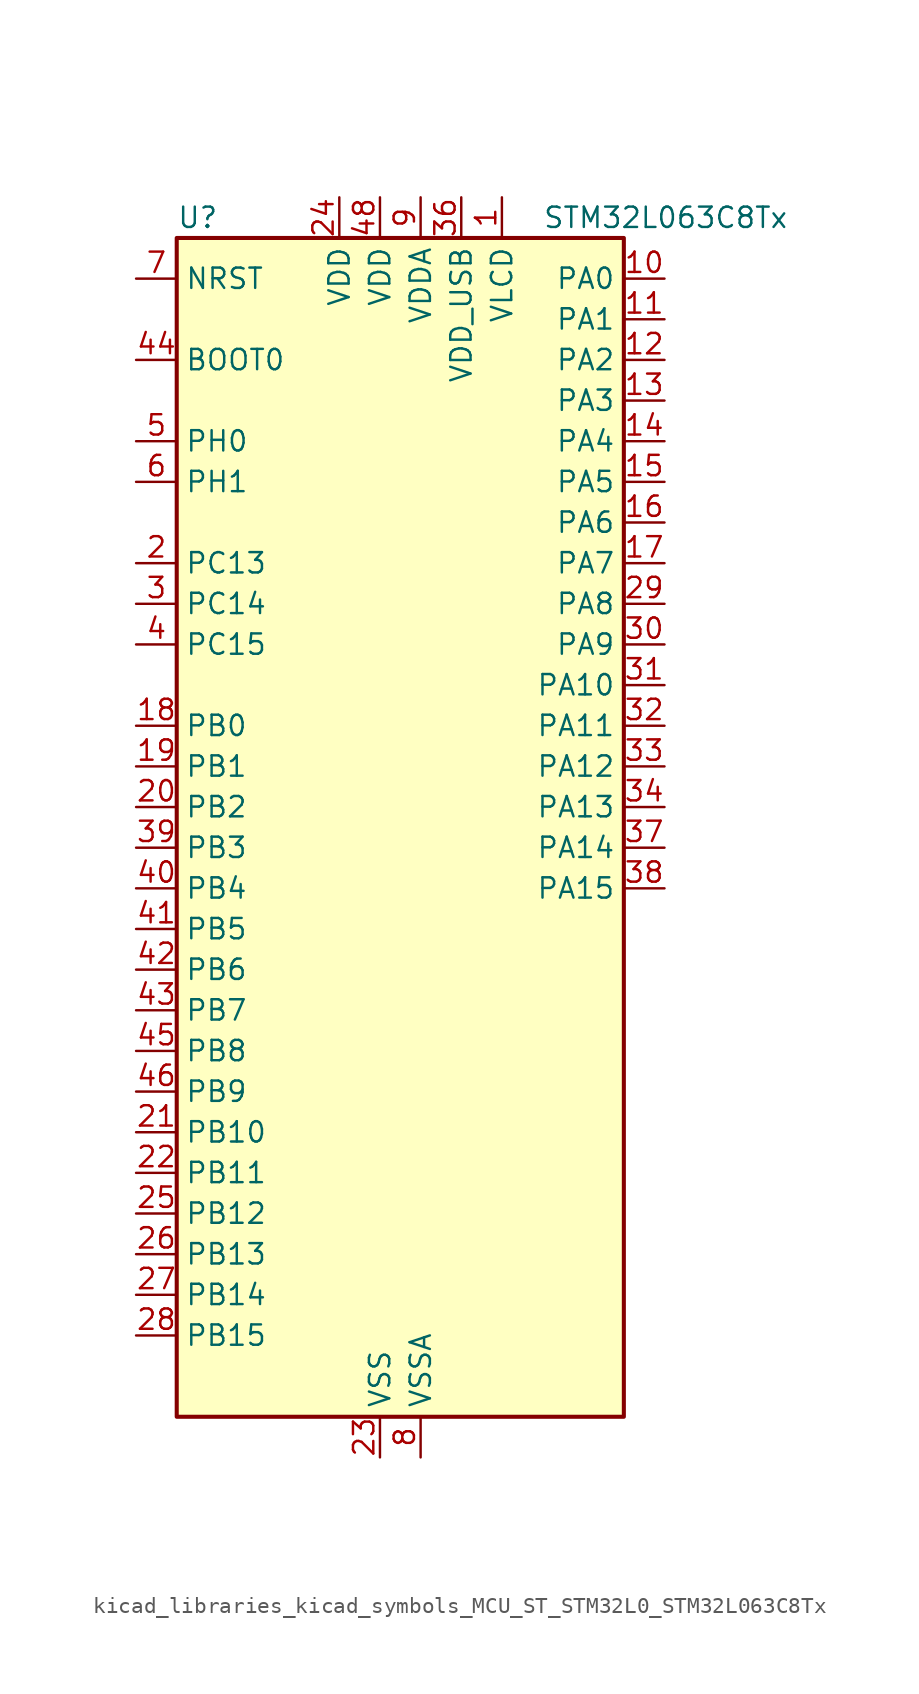
<source format=kicad_sym>
(kicad_symbol_lib
  (version 20220914)
  (generator kicad_symbol_editor)
  (symbol "kicad_libraries_kicad_symbols_MCU_ST_STM32L0_STM32L063C8Tx"
    (property "Reference" "U"
      (at -12.7 39.37 0)
      (effects (font (size 1.27 1.27)) (justify left)))
    (property "Value" "STM32L063C8Tx"
      (at 10.16 39.37 0)
      (effects (font (size 1.27 1.27)) (justify left)))
    (property "ki_locked" ""
      (at 0 0 0)
      (effects (font (size 1.27 1.27))))
    (symbol "kicad_libraries_kicad_symbols_MCU_ST_STM32L0_STM32L063C8Tx_0_1"
      (rectangle (start -12.7 -35.56) (end 15.24 38.1) (stroke (width 0.254) (type default)) (fill (type background))))
    (symbol "kicad_libraries_kicad_symbols_MCU_ST_STM32L0_STM32L063C8Tx_1_1"
      (pin power_in line (at 7.62 40.64 270) (length 2.54) (name "VLCD" (effects (font (size 1.27 1.27)))) (number "1" (effects (font (size 1.27 1.27)))))
      (pin bidirectional line (at 17.78 35.56 180) (length 2.54) (name "PA0" (effects (font (size 1.27 1.27)))) (number "10" (effects (font (size 1.27 1.27)))) (alternate "ADC_IN0" bidirectional line) (alternate "COMP1_INM" bidirectional line) (alternate "COMP1_OUT" bidirectional line) (alternate "RTC_TAMP2" bidirectional line) (alternate "SYS_WKUP1" bidirectional line) (alternate "TIM2_CH1" bidirectional line) (alternate "TIM2_ETR" bidirectional line) (alternate "TSC_G1_IO1" bidirectional line) (alternate "USART2_CTS" bidirectional line))
      (pin bidirectional line (at 17.78 33.02 180) (length 2.54) (name "PA1" (effects (font (size 1.27 1.27)))) (number "11" (effects (font (size 1.27 1.27)))) (alternate "ADC_IN1" bidirectional line) (alternate "COMP1_INP" bidirectional line) (alternate "LCD_SEG0" bidirectional line) (alternate "TIM21_ETR" bidirectional line) (alternate "TIM2_CH2" bidirectional line) (alternate "TSC_G1_IO2" bidirectional line) (alternate "USART2_DE" bidirectional line) (alternate "USART2_RTS" bidirectional line))
      (pin bidirectional line (at 17.78 30.48 180) (length 2.54) (name "PA2" (effects (font (size 1.27 1.27)))) (number "12" (effects (font (size 1.27 1.27)))) (alternate "ADC_IN2" bidirectional line) (alternate "COMP2_INM" bidirectional line) (alternate "COMP2_OUT" bidirectional line) (alternate "LCD_SEG1" bidirectional line) (alternate "TIM21_CH1" bidirectional line) (alternate "TIM2_CH3" bidirectional line) (alternate "TSC_G1_IO3" bidirectional line) (alternate "USART2_TX" bidirectional line))
      (pin bidirectional line (at 17.78 27.94 180) (length 2.54) (name "PA3" (effects (font (size 1.27 1.27)))) (number "13" (effects (font (size 1.27 1.27)))) (alternate "ADC_IN3" bidirectional line) (alternate "COMP2_INP" bidirectional line) (alternate "LCD_SEG2" bidirectional line) (alternate "TIM21_CH2" bidirectional line) (alternate "TIM2_CH4" bidirectional line) (alternate "TSC_G1_IO4" bidirectional line) (alternate "USART2_RX" bidirectional line))
      (pin bidirectional line (at 17.78 25.4 180) (length 2.54) (name "PA4" (effects (font (size 1.27 1.27)))) (number "14" (effects (font (size 1.27 1.27)))) (alternate "ADC_IN4" bidirectional line) (alternate "COMP1_INM" bidirectional line) (alternate "COMP2_INM" bidirectional line) (alternate "DAC_OUT1" bidirectional line) (alternate "SPI1_NSS" bidirectional line) (alternate "TIM22_ETR" bidirectional line) (alternate "TSC_G2_IO1" bidirectional line) (alternate "USART2_CK" bidirectional line))
      (pin bidirectional line (at 17.78 22.86 180) (length 2.54) (name "PA5" (effects (font (size 1.27 1.27)))) (number "15" (effects (font (size 1.27 1.27)))) (alternate "ADC_IN5" bidirectional line) (alternate "COMP1_INM" bidirectional line) (alternate "COMP2_INM" bidirectional line) (alternate "SPI1_SCK" bidirectional line) (alternate "TIM2_CH1" bidirectional line) (alternate "TIM2_ETR" bidirectional line) (alternate "TSC_G2_IO2" bidirectional line))
      (pin bidirectional line (at 17.78 20.32 180) (length 2.54) (name "PA6" (effects (font (size 1.27 1.27)))) (number "16" (effects (font (size 1.27 1.27)))) (alternate "ADC_IN6" bidirectional line) (alternate "COMP1_OUT" bidirectional line) (alternate "LCD_SEG3" bidirectional line) (alternate "LPUART1_CTS" bidirectional line) (alternate "SPI1_MISO" bidirectional line) (alternate "TIM22_CH1" bidirectional line) (alternate "TSC_G2_IO3" bidirectional line))
      (pin bidirectional line (at 17.78 17.78 180) (length 2.54) (name "PA7" (effects (font (size 1.27 1.27)))) (number "17" (effects (font (size 1.27 1.27)))) (alternate "ADC_IN7" bidirectional line) (alternate "COMP2_OUT" bidirectional line) (alternate "LCD_SEG4" bidirectional line) (alternate "SPI1_MOSI" bidirectional line) (alternate "TIM22_CH2" bidirectional line) (alternate "TSC_G2_IO4" bidirectional line))
      (pin bidirectional line (at -15.24 7.62 0) (length 2.54) (name "PB0" (effects (font (size 1.27 1.27)))) (number "18" (effects (font (size 1.27 1.27)))) (alternate "ADC_IN8" bidirectional line) (alternate "LCD_SEG5" bidirectional line) (alternate "LCD_VLCD3" bidirectional line) (alternate "SYS_VREF_OUT_PB0" bidirectional line) (alternate "TSC_G3_IO2" bidirectional line))
      (pin bidirectional line (at -15.24 5.08 0) (length 2.54) (name "PB1" (effects (font (size 1.27 1.27)))) (number "19" (effects (font (size 1.27 1.27)))) (alternate "ADC_IN9" bidirectional line) (alternate "LCD_SEG6" bidirectional line) (alternate "LPUART1_DE" bidirectional line) (alternate "LPUART1_RTS" bidirectional line) (alternate "SYS_VREF_OUT_PB1" bidirectional line) (alternate "TSC_G3_IO3" bidirectional line))
      (pin bidirectional line (at -15.24 17.78 0) (length 2.54) (name "PC13" (effects (font (size 1.27 1.27)))) (number "2" (effects (font (size 1.27 1.27)))) (alternate "RTC_OUT_ALARM" bidirectional line) (alternate "RTC_OUT_CALIB" bidirectional line) (alternate "RTC_TAMP1" bidirectional line) (alternate "RTC_TS" bidirectional line) (alternate "SYS_WKUP2" bidirectional line))
      (pin bidirectional line (at -15.24 2.54 0) (length 2.54) (name "PB2" (effects (font (size 1.27 1.27)))) (number "20" (effects (font (size 1.27 1.27)))) (alternate "LCD_VLCD1" bidirectional line) (alternate "LPTIM1_OUT" bidirectional line) (alternate "TSC_G3_IO4" bidirectional line))
      (pin bidirectional line (at -15.24 -17.78 0) (length 2.54) (name "PB10" (effects (font (size 1.27 1.27)))) (number "21" (effects (font (size 1.27 1.27)))) (alternate "I2C2_SCL" bidirectional line) (alternate "LCD_SEG10" bidirectional line) (alternate "LPUART1_TX" bidirectional line) (alternate "SPI2_SCK" bidirectional line) (alternate "TIM2_CH3" bidirectional line) (alternate "TSC_SYNC" bidirectional line))
      (pin bidirectional line (at -15.24 -20.32 0) (length 2.54) (name "PB11" (effects (font (size 1.27 1.27)))) (number "22" (effects (font (size 1.27 1.27)))) (alternate "ADC_EXTI11" bidirectional line) (alternate "I2C2_SDA" bidirectional line) (alternate "LCD_SEG11" bidirectional line) (alternate "LPUART1_RX" bidirectional line) (alternate "TIM2_CH4" bidirectional line) (alternate "TSC_G6_IO1" bidirectional line))
      (pin power_in line (at 0 -38.1 90) (length 2.54) (name "VSS" (effects (font (size 1.27 1.27)))) (number "23" (effects (font (size 1.27 1.27)))))
      (pin power_in line (at -2.54 40.64 270) (length 2.54) (name "VDD" (effects (font (size 1.27 1.27)))) (number "24" (effects (font (size 1.27 1.27)))))
      (pin bidirectional line (at -15.24 -22.86 0) (length 2.54) (name "PB12" (effects (font (size 1.27 1.27)))) (number "25" (effects (font (size 1.27 1.27)))) (alternate "I2S2_WS" bidirectional line) (alternate "LCD_SEG12" bidirectional line) (alternate "LCD_VLCD2" bidirectional line) (alternate "LPUART1_DE" bidirectional line) (alternate "LPUART1_RTS" bidirectional line) (alternate "SPI2_NSS" bidirectional line) (alternate "TSC_G6_IO2" bidirectional line))
      (pin bidirectional line (at -15.24 -25.4 0) (length 2.54) (name "PB13" (effects (font (size 1.27 1.27)))) (number "26" (effects (font (size 1.27 1.27)))) (alternate "I2C2_SCL" bidirectional line) (alternate "I2S2_CK" bidirectional line) (alternate "LCD_SEG13" bidirectional line) (alternate "LPUART1_CTS" bidirectional line) (alternate "SPI2_SCK" bidirectional line) (alternate "TIM21_CH1" bidirectional line) (alternate "TSC_G6_IO3" bidirectional line))
      (pin bidirectional line (at -15.24 -27.94 0) (length 2.54) (name "PB14" (effects (font (size 1.27 1.27)))) (number "27" (effects (font (size 1.27 1.27)))) (alternate "I2C2_SDA" bidirectional line) (alternate "I2S2_MCK" bidirectional line) (alternate "LCD_SEG14" bidirectional line) (alternate "LPUART1_DE" bidirectional line) (alternate "LPUART1_RTS" bidirectional line) (alternate "RTC_OUT_ALARM" bidirectional line) (alternate "RTC_OUT_CALIB" bidirectional line) (alternate "SPI2_MISO" bidirectional line) (alternate "TIM21_CH2" bidirectional line) (alternate "TSC_G6_IO4" bidirectional line))
      (pin bidirectional line (at -15.24 -30.48 0) (length 2.54) (name "PB15" (effects (font (size 1.27 1.27)))) (number "28" (effects (font (size 1.27 1.27)))) (alternate "I2S2_SD" bidirectional line) (alternate "LCD_SEG15" bidirectional line) (alternate "RTC_REFIN" bidirectional line) (alternate "SPI2_MOSI" bidirectional line))
      (pin bidirectional line (at 17.78 15.24 180) (length 2.54) (name "PA8" (effects (font (size 1.27 1.27)))) (number "29" (effects (font (size 1.27 1.27)))) (alternate "CRS_SYNC" bidirectional line) (alternate "LCD_COM0" bidirectional line) (alternate "RCC_MCO" bidirectional line) (alternate "USART1_CK" bidirectional line))
      (pin bidirectional line (at -15.24 15.24 0) (length 2.54) (name "PC14" (effects (font (size 1.27 1.27)))) (number "3" (effects (font (size 1.27 1.27)))) (alternate "RCC_OSC32_IN" bidirectional line))
      (pin bidirectional line (at 17.78 12.7 180) (length 2.54) (name "PA9" (effects (font (size 1.27 1.27)))) (number "30" (effects (font (size 1.27 1.27)))) (alternate "DAC_EXTI9" bidirectional line) (alternate "LCD_COM1" bidirectional line) (alternate "RCC_MCO" bidirectional line) (alternate "TSC_G4_IO1" bidirectional line) (alternate "USART1_TX" bidirectional line))
      (pin bidirectional line (at 17.78 10.16 180) (length 2.54) (name "PA10" (effects (font (size 1.27 1.27)))) (number "31" (effects (font (size 1.27 1.27)))) (alternate "LCD_COM2" bidirectional line) (alternate "TSC_G4_IO2" bidirectional line) (alternate "USART1_RX" bidirectional line))
      (pin bidirectional line (at 17.78 7.62 180) (length 2.54) (name "PA11" (effects (font (size 1.27 1.27)))) (number "32" (effects (font (size 1.27 1.27)))) (alternate "ADC_EXTI11" bidirectional line) (alternate "COMP1_OUT" bidirectional line) (alternate "SPI1_MISO" bidirectional line) (alternate "TSC_G4_IO3" bidirectional line) (alternate "USART1_CTS" bidirectional line) (alternate "USB_DM" bidirectional line))
      (pin bidirectional line (at 17.78 5.08 180) (length 2.54) (name "PA12" (effects (font (size 1.27 1.27)))) (number "33" (effects (font (size 1.27 1.27)))) (alternate "COMP2_OUT" bidirectional line) (alternate "SPI1_MOSI" bidirectional line) (alternate "TSC_G4_IO4" bidirectional line) (alternate "USART1_DE" bidirectional line) (alternate "USART1_RTS" bidirectional line) (alternate "USB_DP" bidirectional line))
      (pin bidirectional line (at 17.78 2.54 180) (length 2.54) (name "PA13" (effects (font (size 1.27 1.27)))) (number "34" (effects (font (size 1.27 1.27)))) (alternate "SYS_SWDIO" bidirectional line) (alternate "USB_NOE" bidirectional line))
      (pin passive line (at 0 -38.1 90) (length 2.54) hide (name "VSS" (effects (font (size 1.27 1.27)))) (number "35" (effects (font (size 1.27 1.27)))))
      (pin power_in line (at 5.08 40.64 270) (length 2.54) (name "VDD_USB" (effects (font (size 1.27 1.27)))) (number "36" (effects (font (size 1.27 1.27)))))
      (pin bidirectional line (at 17.78 0 180) (length 2.54) (name "PA14" (effects (font (size 1.27 1.27)))) (number "37" (effects (font (size 1.27 1.27)))) (alternate "SYS_SWCLK" bidirectional line) (alternate "USART2_TX" bidirectional line))
      (pin bidirectional line (at 17.78 -2.54 180) (length 2.54) (name "PA15" (effects (font (size 1.27 1.27)))) (number "38" (effects (font (size 1.27 1.27)))) (alternate "LCD_SEG17" bidirectional line) (alternate "SPI1_NSS" bidirectional line) (alternate "TIM2_CH1" bidirectional line) (alternate "TIM2_ETR" bidirectional line) (alternate "USART2_RX" bidirectional line))
      (pin bidirectional line (at -15.24 0 0) (length 2.54) (name "PB3" (effects (font (size 1.27 1.27)))) (number "39" (effects (font (size 1.27 1.27)))) (alternate "COMP2_INM" bidirectional line) (alternate "LCD_SEG7" bidirectional line) (alternate "SPI1_SCK" bidirectional line) (alternate "TIM2_CH2" bidirectional line) (alternate "TSC_G5_IO1" bidirectional line))
      (pin bidirectional line (at -15.24 12.7 0) (length 2.54) (name "PC15" (effects (font (size 1.27 1.27)))) (number "4" (effects (font (size 1.27 1.27)))) (alternate "RCC_OSC32_OUT" bidirectional line))
      (pin bidirectional line (at -15.24 -2.54 0) (length 2.54) (name "PB4" (effects (font (size 1.27 1.27)))) (number "40" (effects (font (size 1.27 1.27)))) (alternate "COMP2_INP" bidirectional line) (alternate "LCD_SEG8" bidirectional line) (alternate "SPI1_MISO" bidirectional line) (alternate "TIM22_CH1" bidirectional line) (alternate "TSC_G5_IO2" bidirectional line))
      (pin bidirectional line (at -15.24 -5.08 0) (length 2.54) (name "PB5" (effects (font (size 1.27 1.27)))) (number "41" (effects (font (size 1.27 1.27)))) (alternate "COMP2_INP" bidirectional line) (alternate "I2C1_SMBA" bidirectional line) (alternate "LCD_SEG9" bidirectional line) (alternate "LPTIM1_IN1" bidirectional line) (alternate "SPI1_MOSI" bidirectional line) (alternate "TIM22_CH2" bidirectional line))
      (pin bidirectional line (at -15.24 -7.62 0) (length 2.54) (name "PB6" (effects (font (size 1.27 1.27)))) (number "42" (effects (font (size 1.27 1.27)))) (alternate "COMP2_INP" bidirectional line) (alternate "I2C1_SCL" bidirectional line) (alternate "LPTIM1_ETR" bidirectional line) (alternate "TSC_G5_IO3" bidirectional line) (alternate "USART1_TX" bidirectional line))
      (pin bidirectional line (at -15.24 -10.16 0) (length 2.54) (name "PB7" (effects (font (size 1.27 1.27)))) (number "43" (effects (font (size 1.27 1.27)))) (alternate "COMP2_INP" bidirectional line) (alternate "I2C1_SDA" bidirectional line) (alternate "LPTIM1_IN2" bidirectional line) (alternate "SYS_PVD_IN" bidirectional line) (alternate "TSC_G5_IO4" bidirectional line) (alternate "USART1_RX" bidirectional line))
      (pin input line (at -15.24 30.48 0) (length 2.54) (name "BOOT0" (effects (font (size 1.27 1.27)))) (number "44" (effects (font (size 1.27 1.27)))))
      (pin bidirectional line (at -15.24 -12.7 0) (length 2.54) (name "PB8" (effects (font (size 1.27 1.27)))) (number "45" (effects (font (size 1.27 1.27)))) (alternate "I2C1_SCL" bidirectional line) (alternate "LCD_SEG16" bidirectional line) (alternate "TSC_SYNC" bidirectional line))
      (pin bidirectional line (at -15.24 -15.24 0) (length 2.54) (name "PB9" (effects (font (size 1.27 1.27)))) (number "46" (effects (font (size 1.27 1.27)))) (alternate "DAC_EXTI9" bidirectional line) (alternate "I2C1_SDA" bidirectional line) (alternate "I2S2_WS" bidirectional line) (alternate "LCD_COM3" bidirectional line) (alternate "SPI2_NSS" bidirectional line))
      (pin passive line (at 0 -38.1 90) (length 2.54) hide (name "VSS" (effects (font (size 1.27 1.27)))) (number "47" (effects (font (size 1.27 1.27)))))
      (pin power_in line (at 0 40.64 270) (length 2.54) (name "VDD" (effects (font (size 1.27 1.27)))) (number "48" (effects (font (size 1.27 1.27)))))
      (pin bidirectional line (at -15.24 25.4 0) (length 2.54) (name "PH0" (effects (font (size 1.27 1.27)))) (number "5" (effects (font (size 1.27 1.27)))) (alternate "CRS_SYNC" bidirectional line) (alternate "RCC_OSC_IN" bidirectional line))
      (pin bidirectional line (at -15.24 22.86 0) (length 2.54) (name "PH1" (effects (font (size 1.27 1.27)))) (number "6" (effects (font (size 1.27 1.27)))) (alternate "RCC_OSC_OUT" bidirectional line))
      (pin input line (at -15.24 35.56 0) (length 2.54) (name "NRST" (effects (font (size 1.27 1.27)))) (number "7" (effects (font (size 1.27 1.27)))))
      (pin power_in line (at 2.54 -38.1 90) (length 2.54) (name "VSSA" (effects (font (size 1.27 1.27)))) (number "8" (effects (font (size 1.27 1.27)))))
      (pin power_in line (at 2.54 40.64 270) (length 2.54) (name "VDDA" (effects (font (size 1.27 1.27)))) (number "9" (effects (font (size 1.27 1.27))))))))
</source>
